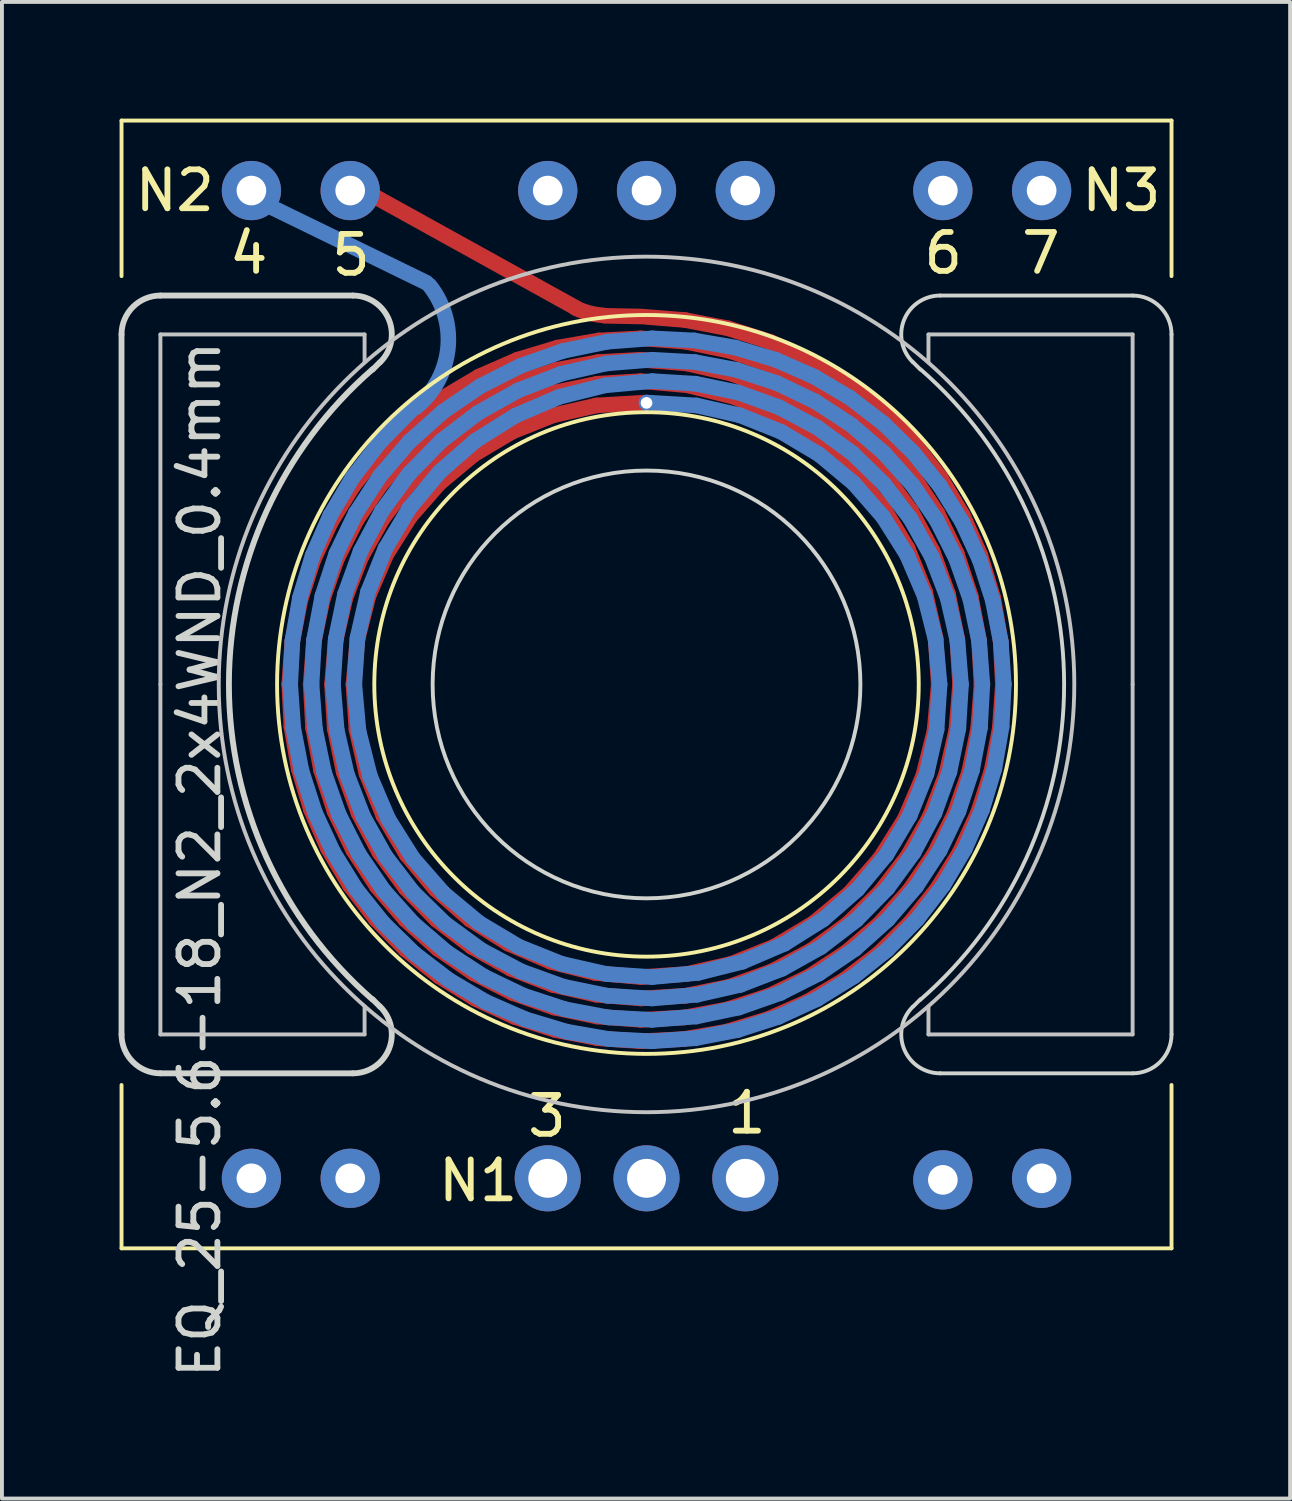
<source format=kicad_pcb>
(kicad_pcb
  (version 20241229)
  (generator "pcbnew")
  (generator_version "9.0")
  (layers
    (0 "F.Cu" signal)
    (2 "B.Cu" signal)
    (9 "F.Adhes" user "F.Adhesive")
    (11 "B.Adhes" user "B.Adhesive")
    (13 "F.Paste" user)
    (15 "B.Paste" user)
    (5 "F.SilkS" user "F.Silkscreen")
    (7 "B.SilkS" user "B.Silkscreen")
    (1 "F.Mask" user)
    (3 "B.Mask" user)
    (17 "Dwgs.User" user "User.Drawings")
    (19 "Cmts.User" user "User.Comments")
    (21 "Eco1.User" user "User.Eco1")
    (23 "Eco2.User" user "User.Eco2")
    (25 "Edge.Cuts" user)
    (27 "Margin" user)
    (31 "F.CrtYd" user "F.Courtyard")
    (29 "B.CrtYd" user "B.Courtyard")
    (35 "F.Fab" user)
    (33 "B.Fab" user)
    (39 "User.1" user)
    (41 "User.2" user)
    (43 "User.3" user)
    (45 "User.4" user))
  (footprint "EQ_25-5.6-18_N2_2x4WND_0.4mm"
    (layer "F.Cu")
    (at 13.575 14.55)
    (property "Reference" "EQ_25-5.6-18_N2_2x4WND_0.4mm" (at -11.49 4.5 90) (layer "Edge.Cuts") (effects (font (size 1 1) (thickness 0.15))))
    (attr through_hole)
    (fp_line (start -9.188 0) (end -9.132 1.091) (stroke (width 0.4) (type solid)) (layer "F.Cu"))
    (fp_line (start -9.132 1.091) (end -8.945 2.168) (stroke (width 0.4) (type solid)) (layer "F.Cu"))
    (fp_line (start -9.111 -1.088) (end -9.188 0) (stroke (width 0.4) (type solid)) (layer "F.Cu"))
    (fp_line (start -8.945 2.168) (end -8.63 3.216) (stroke (width 0.4) (type solid)) (layer "F.Cu"))
    (fp_line (start -8.904 -2.158) (end -9.111 -1.088) (stroke (width 0.4) (type solid)) (layer "F.Cu"))
    (fp_line (start -8.637 0) (end -8.576 1.109) (stroke (width 0.4) (type solid)) (layer "F.Cu"))
    (fp_line (start -8.63 3.216) (end -8.19 4.22) (stroke (width 0.4) (type solid)) (layer "F.Cu"))
    (fp_line (start -8.576 1.109) (end -8.37 2.203) (stroke (width 0.4) (type solid)) (layer "F.Cu"))
    (fp_line (start -8.571 -3.193) (end -8.904 -2.158) (stroke (width 0.4) (type solid)) (layer "F.Cu"))
    (fp_line (start -8.554 -1.106) (end -8.637 0) (stroke (width 0.4) (type solid)) (layer "F.Cu"))
    (fp_line (start -8.37 2.203) (end -8.023 3.261) (stroke (width 0.4) (type solid)) (layer "F.Cu"))
    (fp_line (start -8.326 -2.191) (end -8.554 -1.106) (stroke (width 0.4) (type solid)) (layer "F.Cu"))
    (fp_line (start -8.19 4.22) (end -7.631 5.164) (stroke (width 0.4) (type solid)) (layer "F.Cu"))
    (fp_line (start -8.115 -4.18) (end -8.571 -3.193) (stroke (width 0.4) (type solid)) (layer "F.Cu"))
    (fp_line (start -8.088 0) (end -8.019 1.131) (stroke (width 0.4) (type solid)) (layer "F.Cu"))
    (fp_line (start -8.023 3.261) (end -7.54 4.267) (stroke (width 0.4) (type solid)) (layer "F.Cu"))
    (fp_line (start -8.019 1.131) (end -7.79 2.243) (stroke (width 0.4) (type solid)) (layer "F.Cu"))
    (fp_line (start -7.994 -1.128) (end -8.088 0) (stroke (width 0.4) (type solid)) (layer "F.Cu"))
    (fp_line (start -7.96 -3.235) (end -8.326 -2.191) (stroke (width 0.4) (type solid)) (layer "F.Cu"))
    (fp_line (start -7.79 2.243) (end -7.404 3.313) (stroke (width 0.4) (type solid)) (layer "F.Cu"))
    (fp_line (start -7.742 -2.229) (end -7.994 -1.128) (stroke (width 0.4) (type solid)) (layer "F.Cu"))
    (fp_line (start -7.631 5.164) (end -6.962 6.035) (stroke (width 0.4) (type solid)) (layer "F.Cu"))
    (fp_line (start -7.544 -5.104) (end -8.115 -4.18) (stroke (width 0.4) (type solid)) (layer "F.Cu"))
    (fp_line (start -7.54 4.267) (end -6.929 5.202) (stroke (width 0.4) (type solid)) (layer "F.Cu"))
    (fp_line (start -7.537 0) (end -7.46 1.158) (stroke (width 0.4) (type solid)) (layer "F.Cu"))
    (fp_line (start -7.461 -4.221) (end -7.96 -3.235) (stroke (width 0.4) (type solid)) (layer "F.Cu"))
    (fp_line (start -7.46 1.158) (end -7.202 2.291) (stroke (width 0.4) (type solid)) (layer "F.Cu"))
    (fp_line (start -7.433 -1.154) (end -7.537 0) (stroke (width 0.4) (type solid)) (layer "F.Cu"))
    (fp_line (start -7.404 3.313) (end -6.87 4.318) (stroke (width 0.4) (type solid)) (layer "F.Cu"))
    (fp_line (start -7.336 -3.282) (end -7.742 -2.229) (stroke (width 0.4) (type solid)) (layer "F.Cu"))
    (fp_line (start -7.202 2.291) (end -6.769 3.373) (stroke (width 0.4) (type solid)) (layer "F.Cu"))
    (fp_line (start -7.15 -2.274) (end -7.433 -1.154) (stroke (width 0.4) (type solid)) (layer "F.Cu"))
    (fp_line (start -6.962 6.035) (end -6.192 6.82) (stroke (width 0.4) (type solid)) (layer "F.Cu"))
    (fp_line (start -6.929 5.202) (end -6.2 6.05) (stroke (width 0.4) (type solid)) (layer "F.Cu"))
    (fp_line (start -6.87 4.318) (end -6.196 5.239) (stroke (width 0.4) (type solid)) (layer "F.Cu"))
    (fp_line (start -6.867 -5.951) (end -7.544 -5.104) (stroke (width 0.4) (type solid)) (layer "F.Cu"))
    (fp_line (start -6.838 -5.132) (end -7.461 -4.221) (stroke (width 0.4) (type solid)) (layer "F.Cu"))
    (fp_line (start -6.785 -4.264) (end -7.336 -3.282) (stroke (width 0.4) (type solid)) (layer "F.Cu"))
    (fp_line (start -6.769 3.373) (end -6.171 4.375) (stroke (width 0.4) (type solid)) (layer "F.Cu"))
    (fp_line (start -6.696 -3.335) (end -7.15 -2.274) (stroke (width 0.4) (type solid)) (layer "F.Cu"))
    (fp_line (start -6.2 6.05) (end -5.366 6.797) (stroke (width 0.4) (type solid)) (layer "F.Cu"))
    (fp_line (start -6.196 5.239) (end -5.397 6.055) (stroke (width 0.4) (type solid)) (layer "F.Cu"))
    (fp_line (start -6.192 6.82) (end -5.332 7.507) (stroke (width 0.4) (type solid)) (layer "F.Cu"))
    (fp_line (start -6.171 4.375) (end -5.422 5.272) (stroke (width 0.4) (type solid)) (layer "F.Cu"))
    (fp_line (start -6.103 -5.953) (end -6.838 -5.132) (stroke (width 0.4) (type solid)) (layer "F.Cu"))
    (fp_line (start -6.102 -5.157) (end -6.785 -4.264) (stroke (width 0.4) (type solid)) (layer "F.Cu"))
    (fp_line (start -6.094 -6.709) (end -6.867 -5.951) (stroke (width 0.4) (type solid)) (layer "F.Cu"))
    (fp_line (start -6.082 -4.31) (end -6.696 -3.335) (stroke (width 0.4) (type solid)) (layer "F.Cu"))
    (fp_line (start -5.422 5.272) (end -4.541 6.043) (stroke (width 0.4) (type solid)) (layer "F.Cu"))
    (fp_line (start -5.397 6.055) (end -4.489 6.751) (stroke (width 0.4) (type solid)) (layer "F.Cu"))
    (fp_line (start -5.366 6.797) (end -4.44 7.43) (stroke (width 0.4) (type solid)) (layer "F.Cu"))
    (fp_line (start -5.332 7.507) (end -4.394 8.087) (stroke (width 0.4) (type solid)) (layer "F.Cu"))
    (fp_line (start -5.325 -5.175) (end -6.082 -4.31) (stroke (width 0.4) (type solid)) (layer "F.Cu"))
    (fp_line (start -5.299 -5.942) (end -6.102 -5.157) (stroke (width 0.4) (type solid)) (layer "F.Cu"))
    (fp_line (start -5.268 -6.67) (end -6.103 -5.953) (stroke (width 0.4) (type solid)) (layer "F.Cu"))
    (fp_line (start -5.236 -7.368) (end -6.094 -6.709) (stroke (width 0.4) (type solid)) (layer "F.Cu"))
    (fp_line (start -4.541 6.043) (end -3.548 6.668) (stroke (width 0.4) (type solid)) (layer "F.Cu"))
    (fp_line (start -4.489 6.751) (end -3.489 7.311) (stroke (width 0.4) (type solid)) (layer "F.Cu"))
    (fp_line (start -4.444 -5.91) (end -5.325 -5.175) (stroke (width 0.4) (type solid)) (layer "F.Cu"))
    (fp_line (start -4.44 7.43) (end -3.437 7.937) (stroke (width 0.4) (type solid)) (layer "F.Cu"))
    (fp_line (start -4.394 8.087) (end -3.392 8.549) (stroke (width 0.4) (type solid)) (layer "F.Cu"))
    (fp_line (start -4.394 -6.604) (end -5.299 -5.942) (stroke (width 0.4) (type solid)) (layer "F.Cu"))
    (fp_line (start -4.348 -7.271) (end -5.268 -6.67) (stroke (width 0.4) (type solid)) (layer "F.Cu"))
    (fp_line (start -4.306 -7.918) (end -5.236 -7.368) (stroke (width 0.4) (type solid)) (layer "F.Cu"))
    (fp_line (start -3.548 6.668) (end -2.467 7.131) (stroke (width 0.4) (type solid)) (layer "F.Cu"))
    (fp_line (start -3.489 7.311) (end -2.418 7.724) (stroke (width 0.4) (type solid)) (layer "F.Cu"))
    (fp_line (start -3.46 -6.497) (end -4.444 -5.91) (stroke (width 0.4) (type solid)) (layer "F.Cu"))
    (fp_line (start -3.437 7.937) (end -2.376 8.309) (stroke (width 0.4) (type solid)) (layer "F.Cu"))
    (fp_line (start -3.406 -7.129) (end -4.394 -6.604) (stroke (width 0.4) (type solid)) (layer "F.Cu"))
    (fp_line (start -3.392 8.549) (end -2.341 8.888) (stroke (width 0.4) (type solid)) (layer "F.Cu"))
    (fp_line (start -3.359 -7.746) (end -4.348 -7.271) (stroke (width 0.4) (type solid)) (layer "F.Cu"))
    (fp_line (start -3.317 -8.351) (end -4.306 -7.918) (stroke (width 0.4) (type solid)) (layer "F.Cu"))
    (fp_line (start -2.467 7.131) (end -1.325 7.419) (stroke (width 0.4) (type solid)) (layer "F.Cu"))
    (fp_line (start -2.418 7.724) (end -1.297 7.98) (stroke (width 0.4) (type solid)) (layer "F.Cu"))
    (fp_line (start -2.399 -6.921) (end -3.46 -6.497) (stroke (width 0.4) (type solid)) (layer "F.Cu"))
    (fp_line (start -2.376 8.309) (end -1.274 8.54) (stroke (width 0.4) (type solid)) (layer "F.Cu"))
    (fp_line (start -2.355 -7.508) (end -3.406 -7.129) (stroke (width 0.4) (type solid)) (layer "F.Cu"))
    (fp_line (start -2.341 8.888) (end -1.255 9.098) (stroke (width 0.4) (type solid)) (layer "F.Cu"))
    (fp_line (start -2.317 -8.088) (end -3.359 -7.746) (stroke (width 0.4) (type solid)) (layer "F.Cu"))
    (fp_line (start -2.285 -8.662) (end -3.317 -8.351) (stroke (width 0.4) (type solid)) (layer "F.Cu"))
    (fp_line (start -1.81 -9.68) (end -7.03 -12.57) (stroke (width 0.4) (type solid)) (layer "F.Cu"))
    (fp_line (start -1.325 7.419) (end -0.15 7.525) (stroke (width 0.4) (type solid)) (layer "F.Cu"))
    (fp_line (start -1.297 7.98) (end -0.15 8.075) (stroke (width 0.4) (type solid)) (layer "F.Cu"))
    (fp_line (start -1.286 -7.174) (end -2.399 -6.921) (stroke (width 0.4) (type solid)) (layer "F.Cu"))
    (fp_line (start -1.274 8.54) (end -0.15 8.625) (stroke (width 0.4) (type solid)) (layer "F.Cu"))
    (fp_line (start -1.262 -7.733) (end -2.355 -7.508) (stroke (width 0.4) (type solid)) (layer "F.Cu"))
    (fp_line (start -1.255 9.098) (end -0.15 9.175) (stroke (width 0.4) (type solid)) (layer "F.Cu"))
    (fp_line (start -1.241 -8.29) (end -2.317 -8.088) (stroke (width 0.4) (type solid)) (layer "F.Cu"))
    (fp_line (start -1.224 -8.846) (end -2.285 -8.662) (stroke (width 0.4) (type solid)) (layer "F.Cu"))
    (fp_line (start -1.08 -9.48) (end -0.1 -9.46) (stroke (width 0.4) (type solid)) (layer "F.Cu"))
    (fp_line (start -0.15 -8.9) (end -1.224 -8.846) (stroke (width 0.4) (type solid)) (layer "F.Cu"))
    (fp_line (start -0.15 -8.35) (end -1.241 -8.29) (stroke (width 0.4) (type solid)) (layer "F.Cu"))
    (fp_line (start -0.15 -7.8) (end -1.262 -7.733) (stroke (width 0.4) (type solid)) (layer "F.Cu"))
    (fp_line (start -0.15 7.525) (end 1.029 7.446) (stroke (width 0.4) (type solid)) (layer "F.Cu"))
    (fp_line (start -0.15 8.075) (end 1.001 8.005) (stroke (width 0.4) (type solid)) (layer "F.Cu"))
    (fp_line (start -0.15 8.625) (end 0.977 8.563) (stroke (width 0.4) (type solid)) (layer "F.Cu"))
    (fp_line (start -0.15 9.175) (end 0.957 9.119) (stroke (width 0.4) (type solid)) (layer "F.Cu"))
    (fp_line (start 0 -7.25) (end -1.286 -7.174) (stroke (width 0.4) (type solid)) (layer "F.Cu"))
    (fp_line (start 0.957 9.119) (end 2.051 8.929) (stroke (width 0.4) (type solid)) (layer "F.Cu"))
    (fp_line (start 0.977 8.563) (end 2.088 8.353) (stroke (width 0.4) (type solid)) (layer "F.Cu"))
    (fp_line (start 0.988 -9.371) (end 0 -9.45) (stroke (width 0.4) (type solid)) (layer "F.Cu"))
    (fp_line (start 1.001 8.005) (end 2.132 7.772) (stroke (width 0.4) (type solid)) (layer "F.Cu"))
    (fp_line (start 1.01 -8.812) (end -0.15 -8.9) (stroke (width 0.4) (type solid)) (layer "F.Cu"))
    (fp_line (start 1.029 7.446) (end 2.184 7.183) (stroke (width 0.4) (type solid)) (layer "F.Cu"))
    (fp_line (start 1.037 -8.253) (end -0.15 -8.35) (stroke (width 0.4) (type solid)) (layer "F.Cu"))
    (fp_line (start 1.068 -7.69) (end -0.15 -7.8) (stroke (width 0.4) (type solid)) (layer "F.Cu"))
    (fp_line (start 2.051 8.929) (end 3.115 8.608) (stroke (width 0.4) (type solid)) (layer "F.Cu"))
    (fp_line (start 2.088 8.353) (end 3.164 8) (stroke (width 0.4) (type solid)) (layer "F.Cu"))
    (fp_line (start 2.106 -9.155) (end 0.988 -9.371) (stroke (width 0.4) (type solid)) (layer "F.Cu"))
    (fp_line (start 2.132 7.772) (end 3.22 7.379) (stroke (width 0.4) (type solid)) (layer "F.Cu"))
    (fp_line (start 2.148 -8.575) (end 1.01 -8.812) (stroke (width 0.4) (type solid)) (layer "F.Cu"))
    (fp_line (start 2.184 7.183) (end 3.285 6.742) (stroke (width 0.4) (type solid)) (layer "F.Cu"))
    (fp_line (start 2.195 -7.988) (end 1.037 -8.253) (stroke (width 0.4) (type solid)) (layer "F.Cu"))
    (fp_line (start 2.252 -7.392) (end 1.068 -7.69) (stroke (width 0.4) (type solid)) (layer "F.Cu"))
    (fp_line (start 3.115 8.608) (end 4.133 8.162) (stroke (width 0.4) (type solid)) (layer "F.Cu"))
    (fp_line (start 3.164 8) (end 4.185 7.509) (stroke (width 0.4) (type solid)) (layer "F.Cu"))
    (fp_line (start 3.19 -8.806) (end 2.106 -9.155) (stroke (width 0.4) (type solid)) (layer "F.Cu"))
    (fp_line (start 3.22 7.379) (end 4.243 6.835) (stroke (width 0.4) (type solid)) (layer "F.Cu"))
    (fp_line (start 3.243 -8.191) (end 2.148 -8.575) (stroke (width 0.4) (type solid)) (layer "F.Cu"))
    (fp_line (start 3.285 6.742) (end 4.305 6.132) (stroke (width 0.4) (type solid)) (layer "F.Cu"))
    (fp_line (start 3.303 -7.561) (end 2.195 -7.988) (stroke (width 0.4) (type solid)) (layer "F.Cu"))
    (fp_line (start 3.372 -6.913) (end 2.252 -7.392) (stroke (width 0.4) (type solid)) (layer "F.Cu"))
    (fp_line (start 4.133 8.162) (end 5.092 7.594) (stroke (width 0.4) (type solid)) (layer "F.Cu"))
    (fp_line (start 4.185 7.509) (end 5.135 6.888) (stroke (width 0.4) (type solid)) (layer "F.Cu"))
    (fp_line (start 4.222 -8.33) (end 3.19 -8.806) (stroke (width 0.4) (type solid)) (layer "F.Cu"))
    (fp_line (start 4.243 6.835) (end 5.179 6.15) (stroke (width 0.4) (type solid)) (layer "F.Cu"))
    (fp_line (start 4.277 -7.668) (end 3.243 -8.191) (stroke (width 0.4) (type solid)) (layer "F.Cu"))
    (fp_line (start 4.305 6.132) (end 5.22 5.37) (stroke (width 0.4) (type solid)) (layer "F.Cu"))
    (fp_line (start 4.337 -6.982) (end 3.303 -7.561) (stroke (width 0.4) (type solid)) (layer "F.Cu"))
    (fp_line (start 4.402 -6.266) (end 3.372 -6.913) (stroke (width 0.4) (type solid)) (layer "F.Cu"))
    (fp_line (start 5.092 7.594) (end 5.976 6.915) (stroke (width 0.4) (type solid)) (layer "F.Cu"))
    (fp_line (start 5.135 6.888) (end 5.997 6.147) (stroke (width 0.4) (type solid)) (layer "F.Cu"))
    (fp_line (start 5.179 6.15) (end 6.009 5.337) (stroke (width 0.4) (type solid)) (layer "F.Cu"))
    (fp_line (start 5.188 -7.734) (end 4.222 -8.33) (stroke (width 0.4) (type solid)) (layer "F.Cu"))
    (fp_line (start 5.22 5.37) (end 6.005 4.472) (stroke (width 0.4) (type solid)) (layer "F.Cu"))
    (fp_line (start 5.233 -7.015) (end 4.277 -7.668) (stroke (width 0.4) (type solid)) (layer "F.Cu"))
    (fp_line (start 5.277 -6.263) (end 4.337 -6.982) (stroke (width 0.4) (type solid)) (layer "F.Cu"))
    (fp_line (start 5.317 -5.467) (end 4.402 -6.266) (stroke (width 0.4) (type solid)) (layer "F.Cu"))
    (fp_line (start 5.976 6.915) (end 6.773 6.133) (stroke (width 0.4) (type solid)) (layer "F.Cu"))
    (fp_line (start 5.997 6.147) (end 6.756 5.299) (stroke (width 0.4) (type solid)) (layer "F.Cu"))
    (fp_line (start 6.005 4.472) (end 6.641 3.46) (stroke (width 0.4) (type solid)) (layer "F.Cu"))
    (fp_line (start 6.009 5.337) (end 6.717 4.413) (stroke (width 0.4) (type solid)) (layer "F.Cu"))
    (fp_line (start 6.074 -7.026) (end 5.188 -7.734) (stroke (width 0.4) (type solid)) (layer "F.Cu"))
    (fp_line (start 6.094 -4.536) (end 5.317 -5.467) (stroke (width 0.4) (type solid)) (layer "F.Cu"))
    (fp_line (start 6.095 -6.245) (end 5.233 -7.015) (stroke (width 0.4) (type solid)) (layer "F.Cu"))
    (fp_line (start 6.104 -5.419) (end 5.277 -6.263) (stroke (width 0.4) (type solid)) (layer "F.Cu"))
    (fp_line (start 6.641 3.46) (end 7.111 2.359) (stroke (width 0.4) (type solid)) (layer "F.Cu"))
    (fp_line (start 6.714 -3.497) (end 6.094 -4.536) (stroke (width 0.4) (type solid)) (layer "F.Cu"))
    (fp_line (start 6.717 4.413) (end 7.286 3.396) (stroke (width 0.4) (type solid)) (layer "F.Cu"))
    (fp_line (start 6.756 5.299) (end 7.399 4.358) (stroke (width 0.4) (type solid)) (layer "F.Cu"))
    (fp_line (start 6.773 6.133) (end 7.471 5.26) (stroke (width 0.4) (type solid)) (layer "F.Cu"))
    (fp_line (start 6.801 -4.467) (end 6.104 -5.419) (stroke (width 0.4) (type solid)) (layer "F.Cu"))
    (fp_line (start 6.847 -5.369) (end 6.095 -6.245) (stroke (width 0.4) (type solid)) (layer "F.Cu"))
    (fp_line (start 6.868 -6.217) (end 6.074 -7.026) (stroke (width 0.4) (type solid)) (layer "F.Cu"))
    (fp_line (start 7.111 2.359) (end 7.405 1.197) (stroke (width 0.4) (type solid)) (layer "F.Cu"))
    (fp_line (start 7.164 -2.376) (end 6.714 -3.497) (stroke (width 0.4) (type solid)) (layer "F.Cu"))
    (fp_line (start 7.286 3.396) (end 7.706 2.307) (stroke (width 0.4) (type solid)) (layer "F.Cu"))
    (fp_line (start 7.354 -3.427) (end 6.801 -4.467) (stroke (width 0.4) (type solid)) (layer "F.Cu"))
    (fp_line (start 7.399 4.358) (end 7.914 3.34) (stroke (width 0.4) (type solid)) (layer "F.Cu"))
    (fp_line (start 7.405 1.197) (end 7.513 0) (stroke (width 0.4) (type solid)) (layer "F.Cu"))
    (fp_line (start 7.432 -1.201) (end 7.164 -2.376) (stroke (width 0.4) (type solid)) (layer "F.Cu"))
    (fp_line (start 7.471 5.26) (end 8.058 4.308) (stroke (width 0.4) (type solid)) (layer "F.Cu"))
    (fp_line (start 7.478 -4.404) (end 6.847 -5.369) (stroke (width 0.4) (type solid)) (layer "F.Cu"))
    (fp_line (start 7.513 0) (end 7.432 -1.201) (stroke (width 0.4) (type solid)) (layer "F.Cu"))
    (fp_line (start 7.558 -5.32) (end 6.868 -6.217) (stroke (width 0.4) (type solid)) (layer "F.Cu"))
    (fp_line (start 7.706 2.307) (end 7.967 1.167) (stroke (width 0.4) (type solid)) (layer "F.Cu"))
    (fp_line (start 7.754 -2.321) (end 7.354 -3.427) (stroke (width 0.4) (type solid)) (layer "F.Cu"))
    (fp_line (start 7.914 3.34) (end 8.292 2.262) (stroke (width 0.4) (type solid)) (layer "F.Cu"))
    (fp_line (start 7.967 1.167) (end 8.062 0) (stroke (width 0.4) (type solid)) (layer "F.Cu"))
    (fp_line (start 7.977 -3.366) (end 7.478 -4.404) (stroke (width 0.4) (type solid)) (layer "F.Cu"))
    (fp_line (start 7.991 -1.171) (end 7.754 -2.321) (stroke (width 0.4) (type solid)) (layer "F.Cu"))
    (fp_line (start 8.058 4.308) (end 8.528 3.291) (stroke (width 0.4) (type solid)) (layer "F.Cu"))
    (fp_line (start 8.062 0) (end 7.991 -1.171) (stroke (width 0.4) (type solid)) (layer "F.Cu"))
    (fp_line (start 8.133 -4.347) (end 7.558 -5.32) (stroke (width 0.4) (type solid)) (layer "F.Cu"))
    (fp_line (start 8.292 2.262) (end 8.526 1.142) (stroke (width 0.4) (type solid)) (layer "F.Cu"))
    (fp_line (start 8.336 -2.274) (end 7.977 -3.366) (stroke (width 0.4) (type solid)) (layer "F.Cu"))
    (fp_line (start 8.526 1.142) (end 8.613 0) (stroke (width 0.4) (type solid)) (layer "F.Cu"))
    (fp_line (start 8.528 3.291) (end 8.871 2.224) (stroke (width 0.4) (type solid)) (layer "F.Cu"))
    (fp_line (start 8.549 -1.145) (end 8.336 -2.274) (stroke (width 0.4) (type solid)) (layer "F.Cu"))
    (fp_line (start 8.587 -3.314) (end 8.133 -4.347) (stroke (width 0.4) (type solid)) (layer "F.Cu"))
    (fp_line (start 8.613 0) (end 8.549 -1.145) (stroke (width 0.4) (type solid)) (layer "F.Cu"))
    (fp_line (start 8.871 2.224) (end 9.084 1.121) (stroke (width 0.4) (type solid)) (layer "F.Cu"))
    (fp_line (start 8.912 -2.234) (end 8.587 -3.314) (stroke (width 0.4) (type solid)) (layer "F.Cu"))
    (fp_line (start 9.084 1.121) (end 9.162 0) (stroke (width 0.4) (type solid)) (layer "F.Cu"))
    (fp_line (start 9.105 -1.124) (end 8.912 -2.234) (stroke (width 0.4) (type solid)) (layer "F.Cu"))
    (fp_line (start 9.162 0) (end 9.105 -1.124) (stroke (width 0.4) (type solid)) (layer "F.Cu"))
    (fp_arc (start -1.1 -9.49) (mid -1.467965 -9.54854) (end -1.817999 -9.676216) (stroke (width 0.4) (type solid)) (layer "F.Cu"))
    (fp_line (start -9.162 0) (end -9.105 -1.124) (stroke (width 0.4) (type solid)) (layer "B.Cu"))
    (fp_line (start -9.105 -1.124) (end -8.912 -2.234) (stroke (width 0.4) (type solid)) (layer "B.Cu"))
    (fp_line (start -9.084 1.121) (end -9.162 0) (stroke (width 0.4) (type solid)) (layer "B.Cu"))
    (fp_line (start -8.912 -2.234) (end -8.587 -3.314) (stroke (width 0.4) (type solid)) (layer "B.Cu"))
    (fp_line (start -8.871 2.224) (end -9.084 1.121) (stroke (width 0.4) (type solid)) (layer "B.Cu"))
    (fp_line (start -8.613 0) (end -8.549 -1.145) (stroke (width 0.4) (type solid)) (layer "B.Cu"))
    (fp_line (start -8.587 -3.314) (end -8.133 -4.347) (stroke (width 0.4) (type solid)) (layer "B.Cu"))
    (fp_line (start -8.549 -1.145) (end -8.336 -2.274) (stroke (width 0.4) (type solid)) (layer "B.Cu"))
    (fp_line (start -8.528 3.291) (end -8.871 2.224) (stroke (width 0.4) (type solid)) (layer "B.Cu"))
    (fp_line (start -8.526 1.142) (end -8.613 0) (stroke (width 0.4) (type solid)) (layer "B.Cu"))
    (fp_line (start -8.336 -2.274) (end -7.977 -3.366) (stroke (width 0.4) (type solid)) (layer "B.Cu"))
    (fp_line (start -8.292 2.262) (end -8.526 1.142) (stroke (width 0.4) (type solid)) (layer "B.Cu"))
    (fp_line (start -8.133 -4.347) (end -7.558 -5.32) (stroke (width 0.4) (type solid)) (layer "B.Cu"))
    (fp_line (start -8.062 0) (end -7.991 -1.171) (stroke (width 0.4) (type solid)) (layer "B.Cu"))
    (fp_line (start -8.058 4.308) (end -8.528 3.291) (stroke (width 0.4) (type solid)) (layer "B.Cu"))
    (fp_line (start -7.991 -1.171) (end -7.754 -2.321) (stroke (width 0.4) (type solid)) (layer "B.Cu"))
    (fp_line (start -7.977 -3.366) (end -7.478 -4.404) (stroke (width 0.4) (type solid)) (layer "B.Cu"))
    (fp_line (start -7.967 1.167) (end -8.062 0) (stroke (width 0.4) (type solid)) (layer "B.Cu"))
    (fp_line (start -7.914 3.34) (end -8.292 2.262) (stroke (width 0.4) (type solid)) (layer "B.Cu"))
    (fp_line (start -7.754 -2.321) (end -7.354 -3.427) (stroke (width 0.4) (type solid)) (layer "B.Cu"))
    (fp_line (start -7.706 2.307) (end -7.967 1.167) (stroke (width 0.4) (type solid)) (layer "B.Cu"))
    (fp_line (start -7.558 -5.32) (end -6.868 -6.217) (stroke (width 0.4) (type solid)) (layer "B.Cu"))
    (fp_line (start -7.513 0) (end -7.432 -1.201) (stroke (width 0.4) (type solid)) (layer "B.Cu"))
    (fp_line (start -7.478 -4.404) (end -6.847 -5.369) (stroke (width 0.4) (type solid)) (layer "B.Cu"))
    (fp_line (start -7.471 5.26) (end -8.058 4.308) (stroke (width 0.4) (type solid)) (layer "B.Cu"))
    (fp_line (start -7.432 -1.201) (end -7.164 -2.376) (stroke (width 0.4) (type solid)) (layer "B.Cu"))
    (fp_line (start -7.405 1.197) (end -7.513 0) (stroke (width 0.4) (type solid)) (layer "B.Cu"))
    (fp_line (start -7.399 4.358) (end -7.914 3.34) (stroke (width 0.4) (type solid)) (layer "B.Cu"))
    (fp_line (start -7.354 -3.427) (end -6.801 -4.467) (stroke (width 0.4) (type solid)) (layer "B.Cu"))
    (fp_line (start -7.286 3.396) (end -7.706 2.307) (stroke (width 0.4) (type solid)) (layer "B.Cu"))
    (fp_line (start -7.164 -2.376) (end -6.714 -3.497) (stroke (width 0.4) (type solid)) (layer "B.Cu"))
    (fp_line (start -7.111 2.359) (end -7.405 1.197) (stroke (width 0.4) (type solid)) (layer "B.Cu"))
    (fp_line (start -6.868 -6.217) (end -6.074 -7.026) (stroke (width 0.4) (type solid)) (layer "B.Cu"))
    (fp_line (start -6.847 -5.369) (end -6.095 -6.245) (stroke (width 0.4) (type solid)) (layer "B.Cu"))
    (fp_line (start -6.801 -4.467) (end -6.104 -5.419) (stroke (width 0.4) (type solid)) (layer "B.Cu"))
    (fp_line (start -6.773 6.133) (end -7.471 5.26) (stroke (width 0.4) (type solid)) (layer "B.Cu"))
    (fp_line (start -6.756 5.299) (end -7.399 4.358) (stroke (width 0.4) (type solid)) (layer "B.Cu"))
    (fp_line (start -6.717 4.413) (end -7.286 3.396) (stroke (width 0.4) (type solid)) (layer "B.Cu"))
    (fp_line (start -6.714 -3.497) (end -6.094 -4.536) (stroke (width 0.4) (type solid)) (layer "B.Cu"))
    (fp_line (start -6.641 3.46) (end -7.111 2.359) (stroke (width 0.4) (type solid)) (layer "B.Cu"))
    (fp_line (start -6.104 -5.419) (end -5.277 -6.263) (stroke (width 0.4) (type solid)) (layer "B.Cu"))
    (fp_line (start -6.095 -6.245) (end -5.233 -7.015) (stroke (width 0.4) (type solid)) (layer "B.Cu"))
    (fp_line (start -6.094 -4.536) (end -5.317 -5.467) (stroke (width 0.4) (type solid)) (layer "B.Cu"))
    (fp_line (start -6.009 5.337) (end -6.717 4.413) (stroke (width 0.4) (type solid)) (layer "B.Cu"))
    (fp_line (start -6.005 4.472) (end -6.641 3.46) (stroke (width 0.4) (type solid)) (layer "B.Cu"))
    (fp_line (start -5.997 6.147) (end -6.756 5.299) (stroke (width 0.4) (type solid)) (layer "B.Cu"))
    (fp_line (start -5.976 6.915) (end -6.773 6.133) (stroke (width 0.4) (type solid)) (layer "B.Cu"))
    (fp_line (start -5.66 -10.33) (end -9.6 -12.25) (stroke (width 0.4) (type solid)) (layer "B.Cu"))
    (fp_line (start -5.317 -5.467) (end -4.402 -6.266) (stroke (width 0.4) (type solid)) (layer "B.Cu"))
    (fp_line (start -5.277 -6.263) (end -4.337 -6.982) (stroke (width 0.4) (type solid)) (layer "B.Cu"))
    (fp_line (start -5.233 -7.015) (end -4.277 -7.668) (stroke (width 0.4) (type solid)) (layer "B.Cu"))
    (fp_line (start -5.22 5.37) (end -6.005 4.472) (stroke (width 0.4) (type solid)) (layer "B.Cu"))
    (fp_line (start -5.179 6.15) (end -6.009 5.337) (stroke (width 0.4) (type solid)) (layer "B.Cu"))
    (fp_line (start -5.135 6.888) (end -5.997 6.147) (stroke (width 0.4) (type solid)) (layer "B.Cu"))
    (fp_line (start -5.092 7.594) (end -5.976 6.915) (stroke (width 0.4) (type solid)) (layer "B.Cu"))
    (fp_line (start -4.402 -6.266) (end -3.372 -6.913) (stroke (width 0.4) (type solid)) (layer "B.Cu"))
    (fp_line (start -4.337 -6.982) (end -3.303 -7.561) (stroke (width 0.4) (type solid)) (layer "B.Cu"))
    (fp_line (start -4.305 6.132) (end -5.22 5.37) (stroke (width 0.4) (type solid)) (layer "B.Cu"))
    (fp_line (start -4.277 -7.668) (end -3.243 -8.191) (stroke (width 0.4) (type solid)) (layer "B.Cu"))
    (fp_line (start -4.243 6.835) (end -5.179 6.15) (stroke (width 0.4) (type solid)) (layer "B.Cu"))
    (fp_line (start -4.185 7.509) (end -5.135 6.888) (stroke (width 0.4) (type solid)) (layer "B.Cu"))
    (fp_line (start -4.133 8.162) (end -5.092 7.594) (stroke (width 0.4) (type solid)) (layer "B.Cu"))
    (fp_line (start -3.372 -6.913) (end -2.252 -7.392) (stroke (width 0.4) (type solid)) (layer "B.Cu"))
    (fp_line (start -3.303 -7.561) (end -2.195 -7.988) (stroke (width 0.4) (type solid)) (layer "B.Cu"))
    (fp_line (start -3.285 6.742) (end -4.305 6.132) (stroke (width 0.4) (type solid)) (layer "B.Cu"))
    (fp_line (start -3.243 -8.191) (end -2.148 -8.575) (stroke (width 0.4) (type solid)) (layer "B.Cu"))
    (fp_line (start -3.22 7.379) (end -4.243 6.835) (stroke (width 0.4) (type solid)) (layer "B.Cu"))
    (fp_line (start -3.164 8) (end -4.185 7.509) (stroke (width 0.4) (type solid)) (layer "B.Cu"))
    (fp_line (start -3.115 8.608) (end -4.133 8.162) (stroke (width 0.4) (type solid)) (layer "B.Cu"))
    (fp_line (start -2.252 -7.392) (end -1.068 -7.69) (stroke (width 0.4) (type solid)) (layer "B.Cu"))
    (fp_line (start -2.195 -7.988) (end -1.037 -8.253) (stroke (width 0.4) (type solid)) (layer "B.Cu"))
    (fp_line (start -2.184 7.183) (end -3.285 6.742) (stroke (width 0.4) (type solid)) (layer "B.Cu"))
    (fp_line (start -2.148 -8.575) (end -1.01 -8.812) (stroke (width 0.4) (type solid)) (layer "B.Cu"))
    (fp_line (start -2.132 7.772) (end -3.22 7.379) (stroke (width 0.4) (type solid)) (layer "B.Cu"))
    (fp_line (start -2.088 8.353) (end -3.164 8) (stroke (width 0.4) (type solid)) (layer "B.Cu"))
    (fp_line (start -2.051 8.929) (end -3.115 8.608) (stroke (width 0.4) (type solid)) (layer "B.Cu"))
    (fp_line (start -1.068 -7.69) (end 0.15 -7.8) (stroke (width 0.4) (type solid)) (layer "B.Cu"))
    (fp_line (start -1.037 -8.253) (end 0.15 -8.35) (stroke (width 0.4) (type solid)) (layer "B.Cu"))
    (fp_line (start -1.029 7.446) (end -2.184 7.183) (stroke (width 0.4) (type solid)) (layer "B.Cu"))
    (fp_line (start -1.01 -8.812) (end 0.15 -8.9) (stroke (width 0.4) (type solid)) (layer "B.Cu"))
    (fp_line (start -1.001 8.005) (end -2.132 7.772) (stroke (width 0.4) (type solid)) (layer "B.Cu"))
    (fp_line (start -0.977 8.563) (end -2.088 8.353) (stroke (width 0.4) (type solid)) (layer "B.Cu"))
    (fp_line (start -0.957 9.119) (end -2.051 8.929) (stroke (width 0.4) (type solid)) (layer "B.Cu"))
    (fp_line (start 0 -7.25) (end 1.286 -7.174) (stroke (width 0.4) (type solid)) (layer "B.Cu"))
    (fp_line (start 0.15 -8.9) (end 1.224 -8.846) (stroke (width 0.4) (type solid)) (layer "B.Cu"))
    (fp_line (start 0.15 -8.35) (end 1.241 -8.29) (stroke (width 0.4) (type solid)) (layer "B.Cu"))
    (fp_line (start 0.15 -7.8) (end 1.262 -7.733) (stroke (width 0.4) (type solid)) (layer "B.Cu"))
    (fp_line (start 0.15 7.525) (end -1.029 7.446) (stroke (width 0.4) (type solid)) (layer "B.Cu"))
    (fp_line (start 0.15 8.075) (end -1.001 8.005) (stroke (width 0.4) (type solid)) (layer "B.Cu"))
    (fp_line (start 0.15 8.625) (end -0.977 8.563) (stroke (width 0.4) (type solid)) (layer "B.Cu"))
    (fp_line (start 0.15 9.175) (end -0.957 9.119) (stroke (width 0.4) (type solid)) (layer "B.Cu"))
    (fp_line (start 1.224 -8.846) (end 2.285 -8.662) (stroke (width 0.4) (type solid)) (layer "B.Cu"))
    (fp_line (start 1.241 -8.29) (end 2.317 -8.088) (stroke (width 0.4) (type solid)) (layer "B.Cu"))
    (fp_line (start 1.255 9.098) (end 0.15 9.175) (stroke (width 0.4) (type solid)) (layer "B.Cu"))
    (fp_line (start 1.262 -7.733) (end 2.355 -7.508) (stroke (width 0.4) (type solid)) (layer "B.Cu"))
    (fp_line (start 1.274 8.54) (end 0.15 8.625) (stroke (width 0.4) (type solid)) (layer "B.Cu"))
    (fp_line (start 1.286 -7.174) (end 2.399 -6.921) (stroke (width 0.4) (type solid)) (layer "B.Cu"))
    (fp_line (start 1.297 7.98) (end 0.15 8.075) (stroke (width 0.4) (type solid)) (layer "B.Cu"))
    (fp_line (start 1.325 7.419) (end 0.15 7.525) (stroke (width 0.4) (type solid)) (layer "B.Cu"))
    (fp_line (start 2.285 -8.662) (end 3.317 -8.351) (stroke (width 0.4) (type solid)) (layer "B.Cu"))
    (fp_line (start 2.317 -8.088) (end 3.359 -7.746) (stroke (width 0.4) (type solid)) (layer "B.Cu"))
    (fp_line (start 2.341 8.888) (end 1.255 9.098) (stroke (width 0.4) (type solid)) (layer "B.Cu"))
    (fp_line (start 2.355 -7.508) (end 3.406 -7.129) (stroke (width 0.4) (type solid)) (layer "B.Cu"))
    (fp_line (start 2.376 8.309) (end 1.274 8.54) (stroke (width 0.4) (type solid)) (layer "B.Cu"))
    (fp_line (start 2.399 -6.921) (end 3.46 -6.497) (stroke (width 0.4) (type solid)) (layer "B.Cu"))
    (fp_line (start 2.418 7.724) (end 1.297 7.98) (stroke (width 0.4) (type solid)) (layer "B.Cu"))
    (fp_line (start 2.467 7.131) (end 1.325 7.419) (stroke (width 0.4) (type solid)) (layer "B.Cu"))
    (fp_line (start 3.317 -8.351) (end 4.306 -7.918) (stroke (width 0.4) (type solid)) (layer "B.Cu"))
    (fp_line (start 3.359 -7.746) (end 4.348 -7.271) (stroke (width 0.4) (type solid)) (layer "B.Cu"))
    (fp_line (start 3.392 8.549) (end 2.341 8.888) (stroke (width 0.4) (type solid)) (layer "B.Cu"))
    (fp_line (start 3.406 -7.129) (end 4.394 -6.604) (stroke (width 0.4) (type solid)) (layer "B.Cu"))
    (fp_line (start 3.437 7.937) (end 2.376 8.309) (stroke (width 0.4) (type solid)) (layer "B.Cu"))
    (fp_line (start 3.46 -6.497) (end 4.444 -5.91) (stroke (width 0.4) (type solid)) (layer "B.Cu"))
    (fp_line (start 3.489 7.311) (end 2.418 7.724) (stroke (width 0.4) (type solid)) (layer "B.Cu"))
    (fp_line (start 3.548 6.668) (end 2.467 7.131) (stroke (width 0.4) (type solid)) (layer "B.Cu"))
    (fp_line (start 4.306 -7.918) (end 5.236 -7.368) (stroke (width 0.4) (type solid)) (layer "B.Cu"))
    (fp_line (start 4.348 -7.271) (end 5.268 -6.67) (stroke (width 0.4) (type solid)) (layer "B.Cu"))
    (fp_line (start 4.394 -6.604) (end 5.299 -5.942) (stroke (width 0.4) (type solid)) (layer "B.Cu"))
    (fp_line (start 4.394 8.087) (end 3.392 8.549) (stroke (width 0.4) (type solid)) (layer "B.Cu"))
    (fp_line (start 4.44 7.43) (end 3.437 7.937) (stroke (width 0.4) (type solid)) (layer "B.Cu"))
    (fp_line (start 4.444 -5.91) (end 5.325 -5.175) (stroke (width 0.4) (type solid)) (layer "B.Cu"))
    (fp_line (start 4.489 6.751) (end 3.489 7.311) (stroke (width 0.4) (type solid)) (layer "B.Cu"))
    (fp_line (start 4.541 6.043) (end 3.548 6.668) (stroke (width 0.4) (type solid)) (layer "B.Cu"))
    (fp_line (start 5.236 -7.368) (end 6.094 -6.709) (stroke (width 0.4) (type solid)) (layer "B.Cu"))
    (fp_line (start 5.268 -6.67) (end 6.103 -5.953) (stroke (width 0.4) (type solid)) (layer "B.Cu"))
    (fp_line (start 5.299 -5.942) (end 6.102 -5.157) (stroke (width 0.4) (type solid)) (layer "B.Cu"))
    (fp_line (start 5.325 -5.175) (end 6.082 -4.31) (stroke (width 0.4) (type solid)) (layer "B.Cu"))
    (fp_line (start 5.332 7.507) (end 4.394 8.087) (stroke (width 0.4) (type solid)) (layer "B.Cu"))
    (fp_line (start 5.366 6.797) (end 4.44 7.43) (stroke (width 0.4) (type solid)) (layer "B.Cu"))
    (fp_line (start 5.397 6.055) (end 4.489 6.751) (stroke (width 0.4) (type solid)) (layer "B.Cu"))
    (fp_line (start 5.422 5.272) (end 4.541 6.043) (stroke (width 0.4) (type solid)) (layer "B.Cu"))
    (fp_line (start 6.082 -4.31) (end 6.696 -3.335) (stroke (width 0.4) (type solid)) (layer "B.Cu"))
    (fp_line (start 6.094 -6.709) (end 6.867 -5.951) (stroke (width 0.4) (type solid)) (layer "B.Cu"))
    (fp_line (start 6.102 -5.157) (end 6.785 -4.264) (stroke (width 0.4) (type solid)) (layer "B.Cu"))
    (fp_line (start 6.103 -5.953) (end 6.838 -5.132) (stroke (width 0.4) (type solid)) (layer "B.Cu"))
    (fp_line (start 6.171 4.375) (end 5.422 5.272) (stroke (width 0.4) (type solid)) (layer "B.Cu"))
    (fp_line (start 6.192 6.82) (end 5.332 7.507) (stroke (width 0.4) (type solid)) (layer "B.Cu"))
    (fp_line (start 6.196 5.239) (end 5.397 6.055) (stroke (width 0.4) (type solid)) (layer "B.Cu"))
    (fp_line (start 6.2 6.05) (end 5.366 6.797) (stroke (width 0.4) (type solid)) (layer "B.Cu"))
    (fp_line (start 6.696 -3.335) (end 7.15 -2.274) (stroke (width 0.4) (type solid)) (layer "B.Cu"))
    (fp_line (start 6.769 3.373) (end 6.171 4.375) (stroke (width 0.4) (type solid)) (layer "B.Cu"))
    (fp_line (start 6.785 -4.264) (end 7.336 -3.282) (stroke (width 0.4) (type solid)) (layer "B.Cu"))
    (fp_line (start 6.838 -5.132) (end 7.461 -4.221) (stroke (width 0.4) (type solid)) (layer "B.Cu"))
    (fp_line (start 6.867 -5.951) (end 7.544 -5.104) (stroke (width 0.4) (type solid)) (layer "B.Cu"))
    (fp_line (start 6.87 4.318) (end 6.196 5.239) (stroke (width 0.4) (type solid)) (layer "B.Cu"))
    (fp_line (start 6.929 5.202) (end 6.2 6.05) (stroke (width 0.4) (type solid)) (layer "B.Cu"))
    (fp_line (start 6.962 6.035) (end 6.192 6.82) (stroke (width 0.4) (type solid)) (layer "B.Cu"))
    (fp_line (start 7.15 -2.274) (end 7.433 -1.154) (stroke (width 0.4) (type solid)) (layer "B.Cu"))
    (fp_line (start 7.202 2.291) (end 6.769 3.373) (stroke (width 0.4) (type solid)) (layer "B.Cu"))
    (fp_line (start 7.336 -3.282) (end 7.742 -2.229) (stroke (width 0.4) (type solid)) (layer "B.Cu"))
    (fp_line (start 7.404 3.313) (end 6.87 4.318) (stroke (width 0.4) (type solid)) (layer "B.Cu"))
    (fp_line (start 7.433 -1.154) (end 7.537 0) (stroke (width 0.4) (type solid)) (layer "B.Cu"))
    (fp_line (start 7.46 1.158) (end 7.202 2.291) (stroke (width 0.4) (type solid)) (layer "B.Cu"))
    (fp_line (start 7.461 -4.221) (end 7.96 -3.235) (stroke (width 0.4) (type solid)) (layer "B.Cu"))
    (fp_line (start 7.537 0) (end 7.46 1.158) (stroke (width 0.4) (type solid)) (layer "B.Cu"))
    (fp_line (start 7.54 4.267) (end 6.929 5.202) (stroke (width 0.4) (type solid)) (layer "B.Cu"))
    (fp_line (start 7.544 -5.104) (end 8.115 -4.18) (stroke (width 0.4) (type solid)) (layer "B.Cu"))
    (fp_line (start 7.631 5.164) (end 6.962 6.035) (stroke (width 0.4) (type solid)) (layer "B.Cu"))
    (fp_line (start 7.742 -2.229) (end 7.994 -1.128) (stroke (width 0.4) (type solid)) (layer "B.Cu"))
    (fp_line (start 7.79 2.243) (end 7.404 3.313) (stroke (width 0.4) (type solid)) (layer "B.Cu"))
    (fp_line (start 7.96 -3.235) (end 8.326 -2.191) (stroke (width 0.4) (type solid)) (layer "B.Cu"))
    (fp_line (start 7.994 -1.128) (end 8.088 0) (stroke (width 0.4) (type solid)) (layer "B.Cu"))
    (fp_line (start 8.019 1.131) (end 7.79 2.243) (stroke (width 0.4) (type solid)) (layer "B.Cu"))
    (fp_line (start 8.023 3.261) (end 7.54 4.267) (stroke (width 0.4) (type solid)) (layer "B.Cu"))
    (fp_line (start 8.088 0) (end 8.019 1.131) (stroke (width 0.4) (type solid)) (layer "B.Cu"))
    (fp_line (start 8.115 -4.18) (end 8.571 -3.193) (stroke (width 0.4) (type solid)) (layer "B.Cu"))
    (fp_line (start 8.19 4.22) (end 7.631 5.164) (stroke (width 0.4) (type solid)) (layer "B.Cu"))
    (fp_line (start 8.326 -2.191) (end 8.554 -1.106) (stroke (width 0.4) (type solid)) (layer "B.Cu"))
    (fp_line (start 8.37 2.203) (end 8.023 3.261) (stroke (width 0.4) (type solid)) (layer "B.Cu"))
    (fp_line (start 8.554 -1.106) (end 8.637 0) (stroke (width 0.4) (type solid)) (layer "B.Cu"))
    (fp_line (start 8.571 -3.193) (end 8.904 -2.158) (stroke (width 0.4) (type solid)) (layer "B.Cu"))
    (fp_line (start 8.576 1.109) (end 8.37 2.203) (stroke (width 0.4) (type solid)) (layer "B.Cu"))
    (fp_line (start 8.63 3.216) (end 8.19 4.22) (stroke (width 0.4) (type solid)) (layer "B.Cu"))
    (fp_line (start 8.637 0) (end 8.576 1.109) (stroke (width 0.4) (type solid)) (layer "B.Cu"))
    (fp_line (start 8.904 -2.158) (end 9.111 -1.088) (stroke (width 0.4) (type solid)) (layer "B.Cu"))
    (fp_line (start 8.945 2.168) (end 8.63 3.216) (stroke (width 0.4) (type solid)) (layer "B.Cu"))
    (fp_line (start 9.111 -1.088) (end 9.188 0) (stroke (width 0.4) (type solid)) (layer "B.Cu"))
    (fp_line (start 9.132 1.091) (end 8.945 2.168) (stroke (width 0.4) (type solid)) (layer "B.Cu"))
    (fp_line (start 9.188 0) (end 9.132 1.091) (stroke (width 0.4) (type solid)) (layer "B.Cu"))
    (fp_arc (start -5.58 -10.26) (mid -5.109685 -8.615442) (end -5.94 -7.12) (stroke (width 0.4) (type solid)) (layer "B.Cu"))
    (fp_line (start -13.5 -14.5) (end 13.5 -14.5) (stroke (width 0.1) (type solid)) (layer "F.SilkS"))
    (fp_line (start -13.5 -10.5) (end -13.5 -14.5) (stroke (width 0.1) (type solid)) (layer "F.SilkS"))
    (fp_line (start -13.5 14.5) (end -13.5 10.3) (stroke (width 0.1) (type solid)) (layer "F.SilkS"))
    (fp_line (start 13.5 -14.5) (end 13.5 -10.5) (stroke (width 0.1) (type solid)) (layer "F.SilkS"))
    (fp_line (start 13.5 10.3) (end 13.5 14.5) (stroke (width 0.1) (type solid)) (layer "F.SilkS"))
    (fp_line (start 13.5 14.5) (end -13.5 14.5) (stroke (width 0.1) (type solid)) (layer "F.SilkS"))
    (fp_circle (center 0 0) (end 0 -9.5) (stroke (width 0.1) (type solid)) (fill no) (layer "F.SilkS"))
    (fp_circle (center 0 0) (end 0 7) (stroke (width 0.1) (type solid)) (fill no) (layer "F.SilkS"))
    (fp_line (start -12.5 -9) (end -12.5 0) (stroke (width 0.1) (type solid)) (layer "Dwgs.User"))
    (fp_line (start -12.5 -9) (end -7.25 -9) (stroke (width 0.1) (type solid)) (layer "Dwgs.User"))
    (fp_line (start -12.5 0) (end -12.5 9) (stroke (width 0.1) (type solid)) (layer "Dwgs.User"))
    (fp_line (start -12.5 9) (end -7.25 9) (stroke (width 0.1) (type solid)) (layer "Dwgs.User"))
    (fp_line (start -7.25 -9) (end -7.25 -8.28) (stroke (width 0.1) (type solid)) (layer "Dwgs.User"))
    (fp_line (start -7.25 9) (end -7.25 8.28) (stroke (width 0.1) (type solid)) (layer "Dwgs.User"))
    (fp_line (start 7.25 -9) (end 7.25 -8.28) (stroke (width 0.1) (type solid)) (layer "Dwgs.User"))
    (fp_line (start 7.25 -9) (end 12.5 -9) (stroke (width 0.1) (type solid)) (layer "Dwgs.User"))
    (fp_line (start 7.25 9) (end 7.25 8.28) (stroke (width 0.1) (type solid)) (layer "Dwgs.User"))
    (fp_line (start 12.5 -9) (end 12.5 0) (stroke (width 0.1) (type solid)) (layer "Dwgs.User"))
    (fp_line (start 12.5 9) (end 7.25 9) (stroke (width 0.1) (type solid)) (layer "Dwgs.User"))
    (fp_line (start 12.5 9) (end 12.5 0) (stroke (width 0.1) (type solid)) (layer "Dwgs.User"))
    (fp_circle (center 0 0) (end 0 -11) (stroke (width 0.1) (type solid)) (fill no) (layer "Dwgs.User"))
    (fp_line (start -13.5 9) (end -13.5 -9) (stroke (width 0.15) (type solid)) (layer "Edge.Cuts"))
    (fp_line (start -7.55 -10) (end -12.5 -10) (stroke (width 0.15) (type solid)) (layer "Edge.Cuts"))
    (fp_line (start -7.55 10) (end -12.5 10) (stroke (width 0.15) (type solid)) (layer "Edge.Cuts"))
    (fp_line (start -7.04 -8.1) (end -6.86 -8.28) (stroke (width 0.15) (type solid)) (layer "Edge.Cuts"))
    (fp_line (start -7.04 8.1) (end -6.86 8.28) (stroke (width 0.15) (type solid)) (layer "Edge.Cuts"))
    (fp_line (start 7.04 -8.1) (end 6.86 -8.28) (stroke (width 0.1) (type solid)) (layer "Edge.Cuts"))
    (fp_line (start 7.04 8.1) (end 6.86 8.28) (stroke (width 0.1) (type solid)) (layer "Edge.Cuts"))
    (fp_line (start 7.55 -10) (end 12.5 -10) (stroke (width 0.1) (type solid)) (layer "Edge.Cuts"))
    (fp_line (start 12.5 10) (end 7.55 10) (stroke (width 0.1) (type solid)) (layer "Edge.Cuts"))
    (fp_line (start 13.5 -9) (end 13.5 9) (stroke (width 0.1) (type solid)) (layer "Edge.Cuts"))
    (fp_arc (start -13.5 -9) (mid -13.207107 -9.707107) (end -12.5 -10) (stroke (width 0.15) (type solid)) (layer "Edge.Cuts"))
    (fp_arc (start -12.5 10) (mid -13.207107 9.707107) (end -13.5 9) (stroke (width 0.15) (type solid)) (layer "Edge.Cuts"))
    (fp_arc (start -7.55 -10) (mid -6.62446 -9.378649) (end -6.849091 -8.28675) (stroke (width 0.15) (type solid)) (layer "Edge.Cuts"))
    (fp_arc (start -7.05 8.1) (mid -10.738364 -0.006624) (end -7.040001 -8.108692) (stroke (width 0.15) (type solid)) (layer "Edge.Cuts"))
    (fp_arc (start -6.849091 8.28675) (mid -6.62446 9.378648) (end -7.55 10) (stroke (width 0.15) (type solid)) (layer "Edge.Cuts"))
    (fp_arc (start 6.849091 -8.28675) (mid 6.62446 -9.378648) (end 7.55 -10) (stroke (width 0.1) (type solid)) (layer "Edge.Cuts"))
    (fp_arc (start 7.05 -8.1) (mid 10.738364 0.006624) (end 7.040001 8.108692) (stroke (width 0.1) (type solid)) (layer "Edge.Cuts"))
    (fp_arc (start 7.55 10) (mid 6.62446 9.378649) (end 6.849091 8.28675) (stroke (width 0.1) (type solid)) (layer "Edge.Cuts"))
    (fp_arc (start 12.5 -10) (mid 13.207107 -9.707107) (end 13.5 -9) (stroke (width 0.1) (type solid)) (layer "Edge.Cuts"))
    (fp_arc (start 13.5 9) (mid 13.207107 9.707107) (end 12.5 10) (stroke (width 0.1) (type solid)) (layer "Edge.Cuts"))
    (fp_circle (center 0 0) (end 0 5.5) (stroke (width 0.1) (type solid)) (fill no) (layer "Edge.Cuts"))
    (fp_text user "1" (at 2.58 11.02 0) (layer "F.SilkS") (effects (font (size 1 1) (thickness 0.15))))
    (fp_text user "N1" (at -4.33 12.76 0) (layer "F.SilkS") (effects (font (size 1 1) (thickness 0.15))))
    (fp_text user "4" (at -10.23 -11.09 0) (layer "F.SilkS") (effects (font (size 1 1) (thickness 0.15))))
    (fp_text user "N2" (at -12.13 -12.7 0) (layer "F.SilkS") (effects (font (size 1 1) (thickness 0.15))))
    (fp_text user "3" (at -2.56 11.1 0) (layer "F.SilkS") (effects (font (size 1 1) (thickness 0.15))))
    (fp_text user "6" (at 7.63 -11.09 0) (layer "F.SilkS") (effects (font (size 1 1) (thickness 0.15))))
    (fp_text user "7" (at 10.14 -11.09 0) (layer "F.SilkS") (effects (font (size 1 1) (thickness 0.15))))
    (fp_text user "5" (at -7.6 -11.04 0) (layer "F.SilkS") (effects (font (size 1 1) (thickness 0.15))))
    (fp_text user "N3" (at 12.21 -12.7 0) (layer "F.SilkS") (effects (font (size 1 1) (thickness 0.15))))
    (pad "" thru_hole circle (at 0 -7.24) (size 0.4 0.4) (drill 0.3) (layers "*.Cu"))
    (pad "1" thru_hole circle (at 2.54 12.7) (size 1.7 1.7) (drill 1) (layers "*.Cu" "*.Mask"))
    (pad "2" thru_hole circle (at 0 12.7) (size 1.7 1.7) (drill 1) (layers "*.Cu" "*.Mask"))
    (pad "3" thru_hole circle (at -2.54 12.7) (size 1.7 1.7) (drill 1) (layers "*.Cu" "*.Mask"))
    (pad "4" thru_hole circle (at -10.16 -12.7) (size 1.524 1.524) (drill 0.762) (layers "*.Cu" "*.Mask"))
    (pad "5" thru_hole circle (at -7.62 -12.7) (size 1.524 1.524) (drill 0.762) (layers "*.Cu" "*.Mask"))
    (pad "6" thru_hole circle (at 7.62 -12.7) (size 1.524 1.524) (drill 0.762) (layers "*.Cu" "*.Mask"))
    (pad "7" thru_hole circle (at 10.16 -12.7) (size 1.524 1.524) (drill 0.762) (layers "*.Cu" "*.Mask"))
    (pad "8" thru_hole circle (at 10.16 12.7) (size 1.524 1.524) (drill 0.762) (layers "*.Cu" "*.Mask"))
    (pad "9" thru_hole circle (at 7.62 12.74) (size 1.524 1.524) (drill 0.762) (layers "*.Cu" "*.Mask"))
    (pad "10" thru_hole circle (at -7.62 12.7) (size 1.524 1.524) (drill 0.762) (layers "*.Cu" "*.Mask"))
    (pad "11" thru_hole circle (at -10.16 12.7) (size 1.524 1.524) (drill 0.762) (layers "*.Cu" "*.Mask"))
    (pad "12" thru_hole circle (at -2.54 -12.7) (size 1.524 1.524) (drill 0.762) (layers "*.Cu" "*.Mask"))
    (pad "13" thru_hole circle (at 0 -12.7) (size 1.524 1.524) (drill 0.762) (layers "*.Cu" "*.Mask"))
    (pad "14" thru_hole circle (at 2.54 -12.7) (size 1.524 1.524) (drill 0.762) (layers "*.Cu" "*.Mask")))
  (gr_rect
    (start -3 -3)
    (end 30.125 35.485)
    (stroke (width 0.1) (type default))
    (fill no)
    (layer "Edge.Cuts")))
</source>
